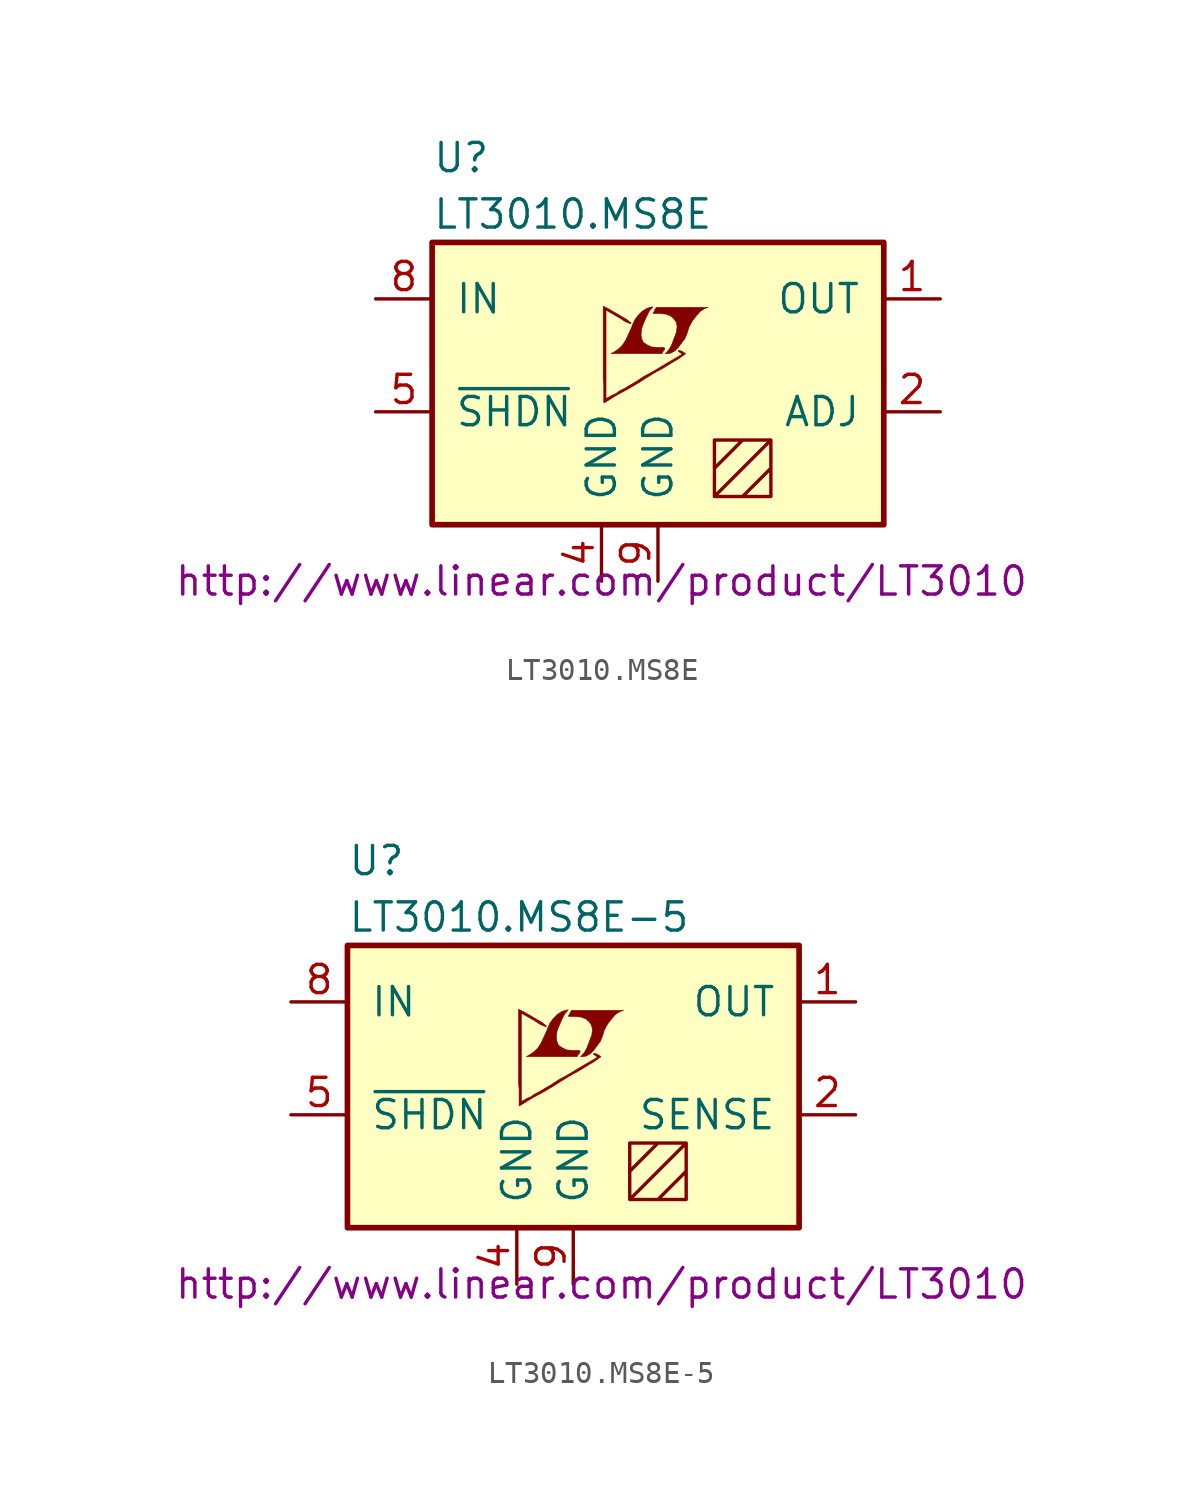
<source format=kicad_sym>
(kicad_symbol_lib
  (version 20201005)
  (generator kicad_symbol_editor)
  (symbol "LT3010.MS8E"
    (pin_names
      (offset 1.016))
    (property "Reference" "U"
      (at -10.16 8.89 0)
      (effects (font (size 1.27 1.27)) (justify left)))
    (property "Value" "LT3010.MS8E"
      (at -10.16 6.35 0)
      (effects (font (size 1.27 1.27)) (justify left)))
    (property "Datasheet" "http://www.linear.com/product/LT3010"
      (at -2.54 -10.16 0)
      (effects (font (size 1.27 1.27))))
    (symbol "LT3010.MS8E_0_0"
      (polyline (pts (xy 0.584 0.102) (xy 0.762 0.203) (xy 0.914 0.356) (xy 1.219 0.762) (xy 1.321 1.016) (xy 1.397 1.27) (xy 1.549 1.549) (xy 1.727 1.778) (xy 1.905 1.981) (xy 2.108 2.108) (xy 2.261 2.159) (xy -0.076 2.159) (xy -0.152 2.032) (xy -0.152 2.007) (xy -0.203 1.93) (xy -0.229 1.905) (xy -0.178 1.88) (xy 0.102 1.88) (xy 0.356 1.854) (xy 0.559 1.778) (xy 0.711 1.651) (xy 0.813 1.499) (xy 0.864 1.321) (xy 0.838 1.092) (xy 0.838 1.067) (xy 0.61 0.457) (xy 0.508 0.279) (xy 0.406 0.152) (xy 0.33 0.076) (xy 0.432 0.076) (xy 0.584 0.102)) (stroke (width 0.025)) (fill (type outline)))
      (polyline (pts (xy 0.229 0.178) (xy 0.254 0.203) (xy 0.305 0.279) (xy 0.305 0.33) (xy 0.254 0.356) (xy -0.051 0.356) (xy -0.305 0.381) (xy -0.508 0.483) (xy -0.66 0.584) (xy -0.737 0.762) (xy -0.762 0.94) (xy -0.737 1.168) (xy -0.737 1.194) (xy -0.686 1.346) (xy -0.533 1.702) (xy -0.381 2.007) (xy -0.305 2.083) (xy -0.229 2.184) (xy -0.356 2.159) (xy -0.508 2.108) (xy -0.711 1.981) (xy -0.889 1.803) (xy -1.041 1.6) (xy -1.168 1.321) (xy -1.168 1.295) (xy -1.321 0.965) (xy -1.448 0.686) (xy -1.6 0.457) (xy -1.753 0.305) (xy -1.93 0.178) (xy -2.108 0.076) (xy 0.178 0.076) (xy 0.229 0.178)) (stroke (width 0.025)) (fill (type outline)))
      (polyline (pts (xy -2.362 -2.108) (xy -2.286 -2.057) (xy -2.159 -1.981) (xy -2.083 -1.93) (xy -1.829 -1.778) (xy -1.27 -1.473) (xy -0.762 -1.168) (xy -0.533 -1.016) (xy -0.356 -0.914) (xy -0.203 -0.813) (xy -0.102 -0.762) (xy -0.025 -0.711) (xy 0.127 -0.635) (xy 0.305 -0.533) (xy 0.711 -0.279) (xy 0.889 -0.178) (xy 1.041 -0.076) (xy 1.143 0) (xy 1.219 0.051) (xy 1.245 0.076) (xy 1.092 0.178) (xy 0.94 0.229) (xy 0.914 0.203) (xy 0.914 0.178) (xy 0.991 0.127) (xy 1.092 0.051) (xy 0.178 -0.483) (xy -0.025 -0.61) (xy -0.33 -0.787) (xy -0.66 -0.965) (xy -0.965 -1.168) (xy -1.27 -1.346) (xy -1.524 -1.499) (xy -1.727 -1.6) (xy -1.905 -1.727) (xy -2.083 -1.803) (xy -2.21 -1.88) (xy -2.311 -1.93) (xy -2.337 -1.956) (xy -2.337 2.032) (xy -1.803 1.727) (xy -1.676 1.651) (xy -1.524 1.549) (xy -1.372 1.473) (xy -1.295 1.448) (xy -1.245 1.422) (xy -1.219 1.422) (xy -1.219 1.473) (xy -1.295 1.524) (xy -1.422 1.626) (xy -1.6 1.727) (xy -1.727 1.803) (xy -2.083 2.007) (xy -2.21 2.083) (xy -2.464 2.21) (xy -2.464 -1.067) (xy -2.438 -1.372) (xy -2.438 -2.134) (xy -2.413 -2.134) (xy -2.362 -2.108)) (stroke (width 0.025)) (fill (type outline))))
    (symbol "LT3010.MS8E_0_1"
      (rectangle (start -10.16 5.08) (end 10.16 -7.62) (stroke (width 0.254)) (fill (type background)))
      (polyline (pts (xy 2.54 -5.08) (xy 3.81 -3.81) (xy 5.08 -3.81) (xy 2.54 -6.35) (xy 3.81 -6.35) (xy 5.08 -5.08) (xy 5.08 -6.35) (xy 2.54 -6.35) (xy 2.54 -3.81) (xy 5.08 -3.81) (xy 5.08 -6.35)) (stroke (width 0)) (fill (type none))))
    (symbol "LT3010.MS8E_1_1"
      (pin power_out line (at 12.7 2.54 180) (length 2.54) (name "OUT" (effects (font (size 1.27 1.27)))) (number "1" (effects (font (size 1.27 1.27)))))
      (pin passive line (at 12.7 -2.54 180) (length 2.54) (name "ADJ" (effects (font (size 1.27 1.27)))) (number "2" (effects (font (size 1.27 1.27)))))
      (pin unconnected line (at 12.7 0 180) (length 2.54) hide (name "NC" (effects (font (size 1.27 1.27)))) (number "3" (effects (font (size 1.27 1.27)))))
      (pin power_in line (at -2.54 -10.16 90) (length 2.54) (name "GND" (effects (font (size 1.27 1.27)))) (number "4" (effects (font (size 1.27 1.27)))))
      (pin input line (at -12.7 -2.54 0) (length 2.54) (name "~SHDN~" (effects (font (size 1.27 1.27)))) (number "5" (effects (font (size 1.27 1.27)))))
      (pin unconnected line (at 2.54 -10.16 90) (length 2.54) hide (name "NC" (effects (font (size 1.27 1.27)))) (number "6" (effects (font (size 1.27 1.27)))))
      (pin unconnected line (at 5.08 -10.16 90) (length 2.54) hide (name "NC" (effects (font (size 1.27 1.27)))) (number "7" (effects (font (size 1.27 1.27)))))
      (pin power_in line (at -12.7 2.54 0) (length 2.54) (name "IN" (effects (font (size 1.27 1.27)))) (number "8" (effects (font (size 1.27 1.27)))))
      (pin power_in line (at 0 -10.16 90) (length 2.54) (name "GND" (effects (font (size 1.27 1.27)))) (number "9" (effects (font (size 1.27 1.27)))))))
  (symbol "LT3010.MS8E-5"
    (pin_names
      (offset 1.016))
    (property "Reference" "U"
      (at -10.16 8.89 0)
      (effects (font (size 1.27 1.27)) (justify left)))
    (property "Value" "LT3010.MS8E-5"
      (at -10.16 6.35 0)
      (effects (font (size 1.27 1.27)) (justify left)))
    (property "Datasheet" "http://www.linear.com/product/LT3010"
      (at 1.27 -10.16 0)
      (effects (font (size 1.27 1.27))))
    (symbol "LT3010.MS8E-5_0_0"
      (polyline (pts (xy 0.584 0.102) (xy 0.762 0.203) (xy 0.914 0.356) (xy 1.219 0.762) (xy 1.321 1.016) (xy 1.397 1.27) (xy 1.549 1.549) (xy 1.727 1.778) (xy 1.905 1.981) (xy 2.108 2.108) (xy 2.261 2.159) (xy -0.076 2.159) (xy -0.152 2.032) (xy -0.152 2.007) (xy -0.203 1.93) (xy -0.229 1.905) (xy -0.178 1.88) (xy 0.102 1.88) (xy 0.356 1.854) (xy 0.559 1.778) (xy 0.711 1.651) (xy 0.813 1.499) (xy 0.864 1.321) (xy 0.838 1.092) (xy 0.838 1.067) (xy 0.61 0.457) (xy 0.508 0.279) (xy 0.406 0.152) (xy 0.33 0.076) (xy 0.432 0.076) (xy 0.584 0.102)) (stroke (width 0.025)) (fill (type outline)))
      (polyline (pts (xy 0.229 0.178) (xy 0.254 0.203) (xy 0.305 0.279) (xy 0.305 0.33) (xy 0.254 0.356) (xy -0.051 0.356) (xy -0.305 0.381) (xy -0.508 0.483) (xy -0.66 0.584) (xy -0.737 0.762) (xy -0.762 0.94) (xy -0.737 1.168) (xy -0.737 1.194) (xy -0.686 1.346) (xy -0.533 1.702) (xy -0.381 2.007) (xy -0.305 2.083) (xy -0.229 2.184) (xy -0.356 2.159) (xy -0.508 2.108) (xy -0.711 1.981) (xy -0.889 1.803) (xy -1.041 1.6) (xy -1.168 1.321) (xy -1.168 1.295) (xy -1.321 0.965) (xy -1.448 0.686) (xy -1.6 0.457) (xy -1.753 0.305) (xy -1.93 0.178) (xy -2.108 0.076) (xy 0.178 0.076) (xy 0.229 0.178)) (stroke (width 0.025)) (fill (type outline)))
      (polyline (pts (xy -2.362 -2.108) (xy -2.286 -2.057) (xy -2.159 -1.981) (xy -2.083 -1.93) (xy -1.829 -1.778) (xy -1.27 -1.473) (xy -0.762 -1.168) (xy -0.533 -1.016) (xy -0.356 -0.914) (xy -0.203 -0.813) (xy -0.102 -0.762) (xy -0.025 -0.711) (xy 0.127 -0.635) (xy 0.305 -0.533) (xy 0.711 -0.279) (xy 0.889 -0.178) (xy 1.041 -0.076) (xy 1.143 0) (xy 1.219 0.051) (xy 1.245 0.076) (xy 1.092 0.178) (xy 0.94 0.229) (xy 0.914 0.203) (xy 0.914 0.178) (xy 0.991 0.127) (xy 1.092 0.051) (xy 0.178 -0.483) (xy -0.025 -0.61) (xy -0.33 -0.787) (xy -0.66 -0.965) (xy -0.965 -1.168) (xy -1.27 -1.346) (xy -1.524 -1.499) (xy -1.727 -1.6) (xy -1.905 -1.727) (xy -2.083 -1.803) (xy -2.21 -1.88) (xy -2.311 -1.93) (xy -2.337 -1.956) (xy -2.337 2.032) (xy -1.803 1.727) (xy -1.676 1.651) (xy -1.524 1.549) (xy -1.372 1.473) (xy -1.295 1.448) (xy -1.245 1.422) (xy -1.219 1.422) (xy -1.219 1.473) (xy -1.295 1.524) (xy -1.422 1.626) (xy -1.6 1.727) (xy -1.727 1.803) (xy -2.083 2.007) (xy -2.21 2.083) (xy -2.464 2.21) (xy -2.464 -1.067) (xy -2.438 -1.372) (xy -2.438 -2.134) (xy -2.413 -2.134) (xy -2.362 -2.108)) (stroke (width 0.025)) (fill (type outline))))
    (symbol "LT3010.MS8E-5_0_1"
      (rectangle (start -10.16 5.08) (end 10.16 -7.62) (stroke (width 0.254)) (fill (type background)))
      (polyline (pts (xy 3.81 -3.81) (xy 2.54 -5.08) (xy 2.54 -6.35) (xy 5.08 -3.81) (xy 5.08 -5.08) (xy 3.81 -6.35) (xy 5.08 -6.35) (xy 5.08 -3.81) (xy 2.54 -3.81) (xy 2.54 -6.35) (xy 5.08 -6.35)) (stroke (width 0)) (fill (type none))))
    (symbol "LT3010.MS8E-5_1_1"
      (pin power_out line (at 12.7 2.54 180) (length 2.54) (name "OUT" (effects (font (size 1.27 1.27)))) (number "1" (effects (font (size 1.27 1.27)))))
      (pin passive line (at 12.7 -2.54 180) (length 2.54) (name "SENSE" (effects (font (size 1.27 1.27)))) (number "2" (effects (font (size 1.27 1.27)))))
      (pin unconnected line (at 12.7 0 180) (length 2.54) hide (name "NC" (effects (font (size 1.27 1.27)))) (number "3" (effects (font (size 1.27 1.27)))))
      (pin power_in line (at -2.54 -10.16 90) (length 2.54) (name "GND" (effects (font (size 1.27 1.27)))) (number "4" (effects (font (size 1.27 1.27)))))
      (pin input line (at -12.7 -2.54 0) (length 2.54) (name "~SHDN~" (effects (font (size 1.27 1.27)))) (number "5" (effects (font (size 1.27 1.27)))))
      (pin unconnected line (at 2.54 -10.16 90) (length 2.54) hide (name "NC" (effects (font (size 1.27 1.27)))) (number "6" (effects (font (size 1.27 1.27)))))
      (pin unconnected line (at 5.08 -10.16 90) (length 2.54) hide (name "NC" (effects (font (size 1.27 1.27)))) (number "7" (effects (font (size 1.27 1.27)))))
      (pin power_in line (at -12.7 2.54 0) (length 2.54) (name "IN" (effects (font (size 1.27 1.27)))) (number "8" (effects (font (size 1.27 1.27)))))
      (pin power_in line (at 0 -10.16 90) (length 2.54) (name "GND" (effects (font (size 1.27 1.27)))) (number "9" (effects (font (size 1.27 1.27))))))))
</source>
